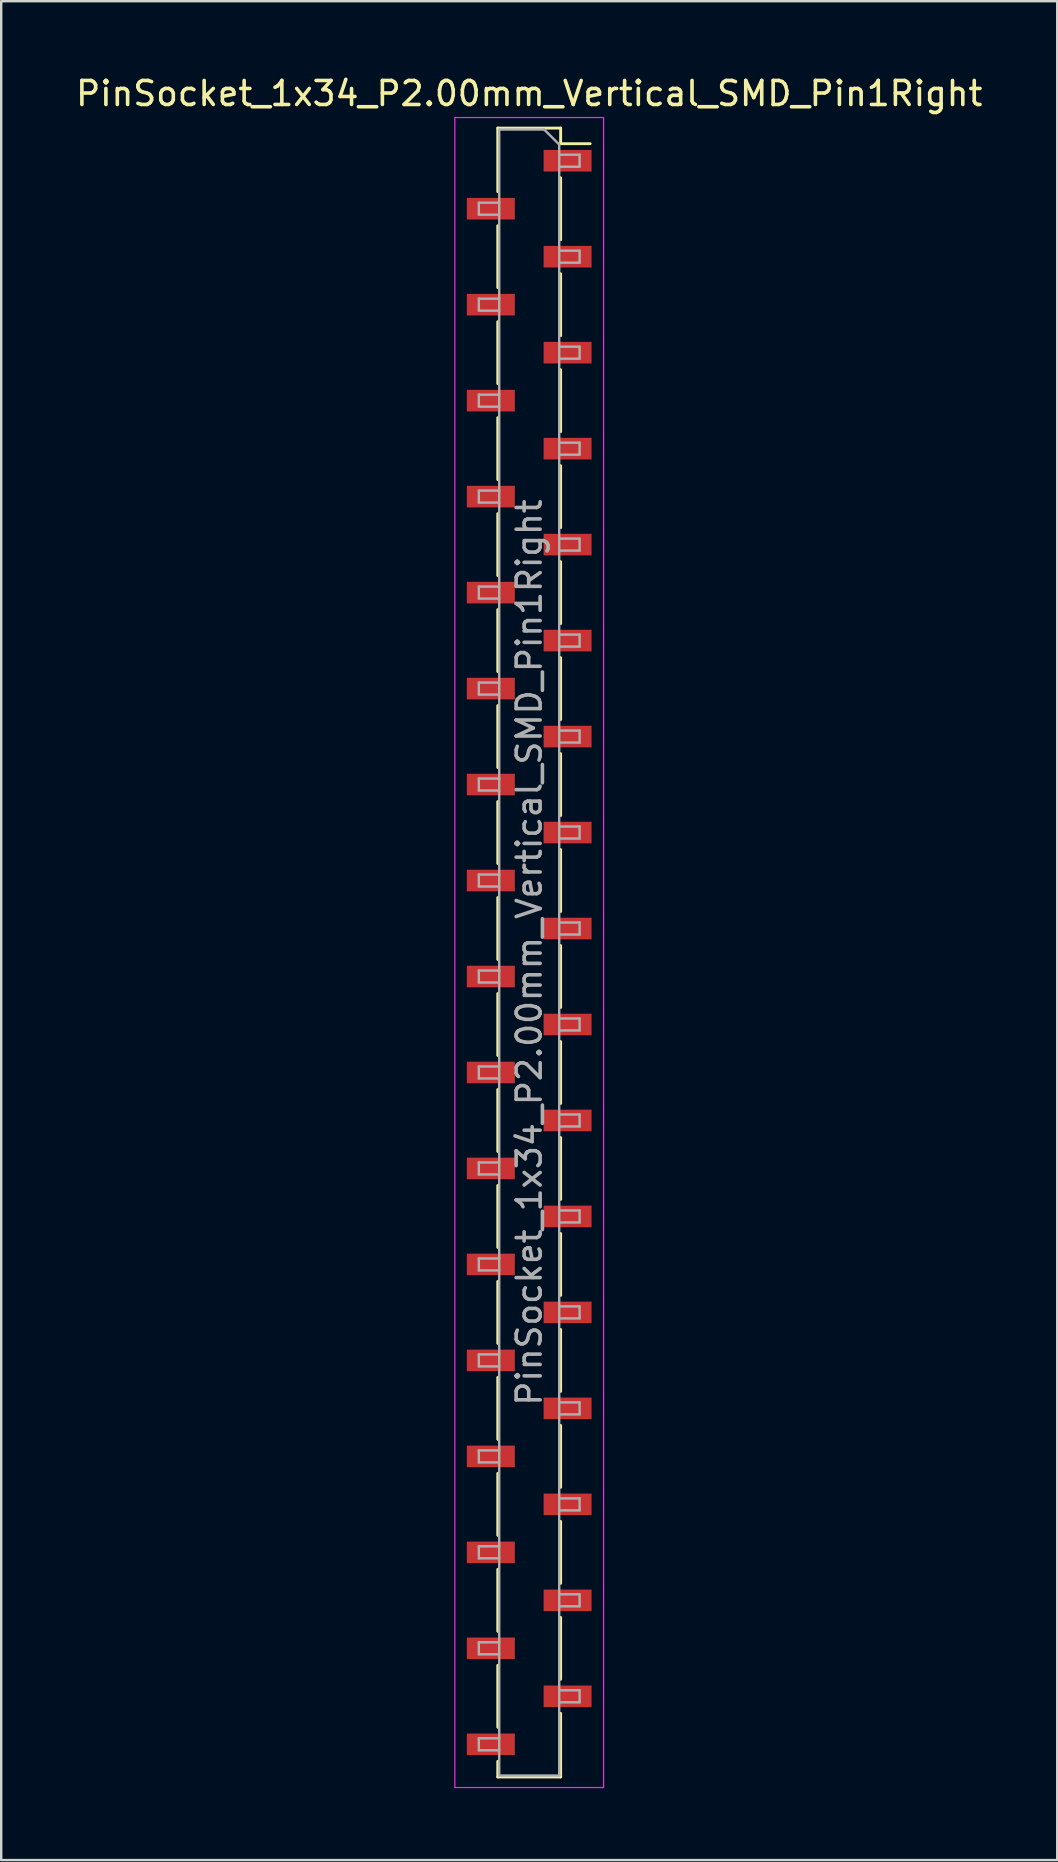
<source format=kicad_pcb>
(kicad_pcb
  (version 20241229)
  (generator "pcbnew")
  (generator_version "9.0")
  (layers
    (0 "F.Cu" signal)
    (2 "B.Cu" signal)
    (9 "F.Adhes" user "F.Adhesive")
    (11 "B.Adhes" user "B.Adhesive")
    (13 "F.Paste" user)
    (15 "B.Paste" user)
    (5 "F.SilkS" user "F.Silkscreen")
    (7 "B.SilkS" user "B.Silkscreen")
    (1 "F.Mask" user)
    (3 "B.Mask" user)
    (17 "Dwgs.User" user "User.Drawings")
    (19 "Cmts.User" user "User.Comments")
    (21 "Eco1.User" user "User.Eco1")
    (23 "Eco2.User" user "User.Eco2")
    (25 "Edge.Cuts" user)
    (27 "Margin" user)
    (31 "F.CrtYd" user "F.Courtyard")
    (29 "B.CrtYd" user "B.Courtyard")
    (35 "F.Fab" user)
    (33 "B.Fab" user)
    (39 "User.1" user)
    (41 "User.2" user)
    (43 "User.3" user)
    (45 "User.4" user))
  (footprint "PinSocket_1x34_P2.00mm_Vertical_SMD_Pin1Right"
    (layer "F.Cu")
    (at 19.006 36.648)
    (property "Reference" "PinSocket_1x34_P2.00mm_Vertical_SMD_Pin1Right" (at 0 -35.8 0) (layer "F.SilkS") (effects (font (size 1 1) (thickness 0.15))))
    (attr smd)
    (fp_line (start -1.31 -34.36) (end -1.31 -31.71) (stroke (width 0.12) (type solid)) (layer "F.SilkS"))
    (fp_line (start -1.31 -34.36) (end 1.31 -34.36) (stroke (width 0.12) (type solid)) (layer "F.SilkS"))
    (fp_line (start -1.31 -30.29) (end -1.31 -27.71) (stroke (width 0.12) (type solid)) (layer "F.SilkS"))
    (fp_line (start -1.31 -26.29) (end -1.31 -23.71) (stroke (width 0.12) (type solid)) (layer "F.SilkS"))
    (fp_line (start -1.31 -22.29) (end -1.31 -19.71) (stroke (width 0.12) (type solid)) (layer "F.SilkS"))
    (fp_line (start -1.31 -18.29) (end -1.31 -15.71) (stroke (width 0.12) (type solid)) (layer "F.SilkS"))
    (fp_line (start -1.31 -14.29) (end -1.31 -11.71) (stroke (width 0.12) (type solid)) (layer "F.SilkS"))
    (fp_line (start -1.31 -10.29) (end -1.31 -7.71) (stroke (width 0.12) (type solid)) (layer "F.SilkS"))
    (fp_line (start -1.31 -6.29) (end -1.31 -3.71) (stroke (width 0.12) (type solid)) (layer "F.SilkS"))
    (fp_line (start -1.31 -2.29) (end -1.31 0.29) (stroke (width 0.12) (type solid)) (layer "F.SilkS"))
    (fp_line (start -1.31 1.71) (end -1.31 4.29) (stroke (width 0.12) (type solid)) (layer "F.SilkS"))
    (fp_line (start -1.31 5.71) (end -1.31 8.29) (stroke (width 0.12) (type solid)) (layer "F.SilkS"))
    (fp_line (start -1.31 9.71) (end -1.31 12.29) (stroke (width 0.12) (type solid)) (layer "F.SilkS"))
    (fp_line (start -1.31 13.71) (end -1.31 16.29) (stroke (width 0.12) (type solid)) (layer "F.SilkS"))
    (fp_line (start -1.31 17.71) (end -1.31 20.29) (stroke (width 0.12) (type solid)) (layer "F.SilkS"))
    (fp_line (start -1.31 21.71) (end -1.31 24.29) (stroke (width 0.12) (type solid)) (layer "F.SilkS"))
    (fp_line (start -1.31 25.71) (end -1.31 28.29) (stroke (width 0.12) (type solid)) (layer "F.SilkS"))
    (fp_line (start -1.31 29.71) (end -1.31 32.29) (stroke (width 0.12) (type solid)) (layer "F.SilkS"))
    (fp_line (start -1.31 33.71) (end -1.31 34.36) (stroke (width 0.12) (type solid)) (layer "F.SilkS"))
    (fp_line (start -1.31 34.36) (end 1.31 34.36) (stroke (width 0.12) (type solid)) (layer "F.SilkS"))
    (fp_line (start 1.31 -34.36) (end 1.31 -33.71) (stroke (width 0.12) (type solid)) (layer "F.SilkS"))
    (fp_line (start 1.31 -33.71) (end 2.54 -33.71) (stroke (width 0.12) (type solid)) (layer "F.SilkS"))
    (fp_line (start 1.31 -32.29) (end 1.31 -29.71) (stroke (width 0.12) (type solid)) (layer "F.SilkS"))
    (fp_line (start 1.31 -28.29) (end 1.31 -25.71) (stroke (width 0.12) (type solid)) (layer "F.SilkS"))
    (fp_line (start 1.31 -24.29) (end 1.31 -21.71) (stroke (width 0.12) (type solid)) (layer "F.SilkS"))
    (fp_line (start 1.31 -20.29) (end 1.31 -17.71) (stroke (width 0.12) (type solid)) (layer "F.SilkS"))
    (fp_line (start 1.31 -16.29) (end 1.31 -13.71) (stroke (width 0.12) (type solid)) (layer "F.SilkS"))
    (fp_line (start 1.31 -12.29) (end 1.31 -9.71) (stroke (width 0.12) (type solid)) (layer "F.SilkS"))
    (fp_line (start 1.31 -8.29) (end 1.31 -5.71) (stroke (width 0.12) (type solid)) (layer "F.SilkS"))
    (fp_line (start 1.31 -4.29) (end 1.31 -1.71) (stroke (width 0.12) (type solid)) (layer "F.SilkS"))
    (fp_line (start 1.31 -0.29) (end 1.31 2.29) (stroke (width 0.12) (type solid)) (layer "F.SilkS"))
    (fp_line (start 1.31 3.71) (end 1.31 6.29) (stroke (width 0.12) (type solid)) (layer "F.SilkS"))
    (fp_line (start 1.31 7.71) (end 1.31 10.29) (stroke (width 0.12) (type solid)) (layer "F.SilkS"))
    (fp_line (start 1.31 11.71) (end 1.31 14.29) (stroke (width 0.12) (type solid)) (layer "F.SilkS"))
    (fp_line (start 1.31 15.71) (end 1.31 18.29) (stroke (width 0.12) (type solid)) (layer "F.SilkS"))
    (fp_line (start 1.31 19.71) (end 1.31 22.29) (stroke (width 0.12) (type solid)) (layer "F.SilkS"))
    (fp_line (start 1.31 23.71) (end 1.31 26.29) (stroke (width 0.12) (type solid)) (layer "F.SilkS"))
    (fp_line (start 1.31 27.71) (end 1.31 30.29) (stroke (width 0.12) (type solid)) (layer "F.SilkS"))
    (fp_line (start 1.31 31.71) (end 1.31 34.36) (stroke (width 0.12) (type solid)) (layer "F.SilkS"))
    (fp_line (start -3.1 -34.8) (end 3.1 -34.8) (stroke (width 0.05) (type solid)) (layer "F.CrtYd"))
    (fp_line (start -3.1 34.8) (end -3.1 -34.8) (stroke (width 0.05) (type solid)) (layer "F.CrtYd"))
    (fp_line (start 3.1 -34.8) (end 3.1 34.8) (stroke (width 0.05) (type solid)) (layer "F.CrtYd"))
    (fp_line (start 3.1 34.8) (end -3.1 34.8) (stroke (width 0.05) (type solid)) (layer "F.CrtYd"))
    (fp_line (start -2.1 -31.25) (end -1.25 -31.25) (stroke (width 0.1) (type solid)) (layer "F.Fab"))
    (fp_line (start -2.1 -30.75) (end -2.1 -31.25) (stroke (width 0.1) (type solid)) (layer "F.Fab"))
    (fp_line (start -2.1 -27.25) (end -1.25 -27.25) (stroke (width 0.1) (type solid)) (layer "F.Fab"))
    (fp_line (start -2.1 -26.75) (end -2.1 -27.25) (stroke (width 0.1) (type solid)) (layer "F.Fab"))
    (fp_line (start -2.1 -23.25) (end -1.25 -23.25) (stroke (width 0.1) (type solid)) (layer "F.Fab"))
    (fp_line (start -2.1 -22.75) (end -2.1 -23.25) (stroke (width 0.1) (type solid)) (layer "F.Fab"))
    (fp_line (start -2.1 -19.25) (end -1.25 -19.25) (stroke (width 0.1) (type solid)) (layer "F.Fab"))
    (fp_line (start -2.1 -18.75) (end -2.1 -19.25) (stroke (width 0.1) (type solid)) (layer "F.Fab"))
    (fp_line (start -2.1 -15.25) (end -1.25 -15.25) (stroke (width 0.1) (type solid)) (layer "F.Fab"))
    (fp_line (start -2.1 -14.75) (end -2.1 -15.25) (stroke (width 0.1) (type solid)) (layer "F.Fab"))
    (fp_line (start -2.1 -11.25) (end -1.25 -11.25) (stroke (width 0.1) (type solid)) (layer "F.Fab"))
    (fp_line (start -2.1 -10.75) (end -2.1 -11.25) (stroke (width 0.1) (type solid)) (layer "F.Fab"))
    (fp_line (start -2.1 -7.25) (end -1.25 -7.25) (stroke (width 0.1) (type solid)) (layer "F.Fab"))
    (fp_line (start -2.1 -6.75) (end -2.1 -7.25) (stroke (width 0.1) (type solid)) (layer "F.Fab"))
    (fp_line (start -2.1 -3.25) (end -1.25 -3.25) (stroke (width 0.1) (type solid)) (layer "F.Fab"))
    (fp_line (start -2.1 -2.75) (end -2.1 -3.25) (stroke (width 0.1) (type solid)) (layer "F.Fab"))
    (fp_line (start -2.1 0.75) (end -1.25 0.75) (stroke (width 0.1) (type solid)) (layer "F.Fab"))
    (fp_line (start -2.1 1.25) (end -2.1 0.75) (stroke (width 0.1) (type solid)) (layer "F.Fab"))
    (fp_line (start -2.1 4.75) (end -1.25 4.75) (stroke (width 0.1) (type solid)) (layer "F.Fab"))
    (fp_line (start -2.1 5.25) (end -2.1 4.75) (stroke (width 0.1) (type solid)) (layer "F.Fab"))
    (fp_line (start -2.1 8.75) (end -1.25 8.75) (stroke (width 0.1) (type solid)) (layer "F.Fab"))
    (fp_line (start -2.1 9.25) (end -2.1 8.75) (stroke (width 0.1) (type solid)) (layer "F.Fab"))
    (fp_line (start -2.1 12.75) (end -1.25 12.75) (stroke (width 0.1) (type solid)) (layer "F.Fab"))
    (fp_line (start -2.1 13.25) (end -2.1 12.75) (stroke (width 0.1) (type solid)) (layer "F.Fab"))
    (fp_line (start -2.1 16.75) (end -1.25 16.75) (stroke (width 0.1) (type solid)) (layer "F.Fab"))
    (fp_line (start -2.1 17.25) (end -2.1 16.75) (stroke (width 0.1) (type solid)) (layer "F.Fab"))
    (fp_line (start -2.1 20.75) (end -1.25 20.75) (stroke (width 0.1) (type solid)) (layer "F.Fab"))
    (fp_line (start -2.1 21.25) (end -2.1 20.75) (stroke (width 0.1) (type solid)) (layer "F.Fab"))
    (fp_line (start -2.1 24.75) (end -1.25 24.75) (stroke (width 0.1) (type solid)) (layer "F.Fab"))
    (fp_line (start -2.1 25.25) (end -2.1 24.75) (stroke (width 0.1) (type solid)) (layer "F.Fab"))
    (fp_line (start -2.1 28.75) (end -1.25 28.75) (stroke (width 0.1) (type solid)) (layer "F.Fab"))
    (fp_line (start -2.1 29.25) (end -2.1 28.75) (stroke (width 0.1) (type solid)) (layer "F.Fab"))
    (fp_line (start -2.1 32.75) (end -1.25 32.75) (stroke (width 0.1) (type solid)) (layer "F.Fab"))
    (fp_line (start -2.1 33.25) (end -2.1 32.75) (stroke (width 0.1) (type solid)) (layer "F.Fab"))
    (fp_line (start -1.25 -34.3) (end 0.625 -34.3) (stroke (width 0.1) (type solid)) (layer "F.Fab"))
    (fp_line (start -1.25 -30.75) (end -2.1 -30.75) (stroke (width 0.1) (type solid)) (layer "F.Fab"))
    (fp_line (start -1.25 -26.75) (end -2.1 -26.75) (stroke (width 0.1) (type solid)) (layer "F.Fab"))
    (fp_line (start -1.25 -22.75) (end -2.1 -22.75) (stroke (width 0.1) (type solid)) (layer "F.Fab"))
    (fp_line (start -1.25 -18.75) (end -2.1 -18.75) (stroke (width 0.1) (type solid)) (layer "F.Fab"))
    (fp_line (start -1.25 -14.75) (end -2.1 -14.75) (stroke (width 0.1) (type solid)) (layer "F.Fab"))
    (fp_line (start -1.25 -10.75) (end -2.1 -10.75) (stroke (width 0.1) (type solid)) (layer "F.Fab"))
    (fp_line (start -1.25 -6.75) (end -2.1 -6.75) (stroke (width 0.1) (type solid)) (layer "F.Fab"))
    (fp_line (start -1.25 -2.75) (end -2.1 -2.75) (stroke (width 0.1) (type solid)) (layer "F.Fab"))
    (fp_line (start -1.25 1.25) (end -2.1 1.25) (stroke (width 0.1) (type solid)) (layer "F.Fab"))
    (fp_line (start -1.25 5.25) (end -2.1 5.25) (stroke (width 0.1) (type solid)) (layer "F.Fab"))
    (fp_line (start -1.25 9.25) (end -2.1 9.25) (stroke (width 0.1) (type solid)) (layer "F.Fab"))
    (fp_line (start -1.25 13.25) (end -2.1 13.25) (stroke (width 0.1) (type solid)) (layer "F.Fab"))
    (fp_line (start -1.25 17.25) (end -2.1 17.25) (stroke (width 0.1) (type solid)) (layer "F.Fab"))
    (fp_line (start -1.25 21.25) (end -2.1 21.25) (stroke (width 0.1) (type solid)) (layer "F.Fab"))
    (fp_line (start -1.25 25.25) (end -2.1 25.25) (stroke (width 0.1) (type solid)) (layer "F.Fab"))
    (fp_line (start -1.25 29.25) (end -2.1 29.25) (stroke (width 0.1) (type solid)) (layer "F.Fab"))
    (fp_line (start -1.25 33.25) (end -2.1 33.25) (stroke (width 0.1) (type solid)) (layer "F.Fab"))
    (fp_line (start -1.25 34.3) (end -1.25 -34.3) (stroke (width 0.1) (type solid)) (layer "F.Fab"))
    (fp_line (start 0.625 -34.3) (end 1.25 -33.675) (stroke (width 0.1) (type solid)) (layer "F.Fab"))
    (fp_line (start 1.25 -33.675) (end 1.25 34.3) (stroke (width 0.1) (type solid)) (layer "F.Fab"))
    (fp_line (start 1.25 -33.25) (end 2.1 -33.25) (stroke (width 0.1) (type solid)) (layer "F.Fab"))
    (fp_line (start 1.25 -29.25) (end 2.1 -29.25) (stroke (width 0.1) (type solid)) (layer "F.Fab"))
    (fp_line (start 1.25 -25.25) (end 2.1 -25.25) (stroke (width 0.1) (type solid)) (layer "F.Fab"))
    (fp_line (start 1.25 -21.25) (end 2.1 -21.25) (stroke (width 0.1) (type solid)) (layer "F.Fab"))
    (fp_line (start 1.25 -17.25) (end 2.1 -17.25) (stroke (width 0.1) (type solid)) (layer "F.Fab"))
    (fp_line (start 1.25 -13.25) (end 2.1 -13.25) (stroke (width 0.1) (type solid)) (layer "F.Fab"))
    (fp_line (start 1.25 -9.25) (end 2.1 -9.25) (stroke (width 0.1) (type solid)) (layer "F.Fab"))
    (fp_line (start 1.25 -5.25) (end 2.1 -5.25) (stroke (width 0.1) (type solid)) (layer "F.Fab"))
    (fp_line (start 1.25 -1.25) (end 2.1 -1.25) (stroke (width 0.1) (type solid)) (layer "F.Fab"))
    (fp_line (start 1.25 2.75) (end 2.1 2.75) (stroke (width 0.1) (type solid)) (layer "F.Fab"))
    (fp_line (start 1.25 6.75) (end 2.1 6.75) (stroke (width 0.1) (type solid)) (layer "F.Fab"))
    (fp_line (start 1.25 10.75) (end 2.1 10.75) (stroke (width 0.1) (type solid)) (layer "F.Fab"))
    (fp_line (start 1.25 14.75) (end 2.1 14.75) (stroke (width 0.1) (type solid)) (layer "F.Fab"))
    (fp_line (start 1.25 18.75) (end 2.1 18.75) (stroke (width 0.1) (type solid)) (layer "F.Fab"))
    (fp_line (start 1.25 22.75) (end 2.1 22.75) (stroke (width 0.1) (type solid)) (layer "F.Fab"))
    (fp_line (start 1.25 26.75) (end 2.1 26.75) (stroke (width 0.1) (type solid)) (layer "F.Fab"))
    (fp_line (start 1.25 30.75) (end 2.1 30.75) (stroke (width 0.1) (type solid)) (layer "F.Fab"))
    (fp_line (start 1.25 34.3) (end -1.25 34.3) (stroke (width 0.1) (type solid)) (layer "F.Fab"))
    (fp_line (start 2.1 -33.25) (end 2.1 -32.75) (stroke (width 0.1) (type solid)) (layer "F.Fab"))
    (fp_line (start 2.1 -32.75) (end 1.25 -32.75) (stroke (width 0.1) (type solid)) (layer "F.Fab"))
    (fp_line (start 2.1 -29.25) (end 2.1 -28.75) (stroke (width 0.1) (type solid)) (layer "F.Fab"))
    (fp_line (start 2.1 -28.75) (end 1.25 -28.75) (stroke (width 0.1) (type solid)) (layer "F.Fab"))
    (fp_line (start 2.1 -25.25) (end 2.1 -24.75) (stroke (width 0.1) (type solid)) (layer "F.Fab"))
    (fp_line (start 2.1 -24.75) (end 1.25 -24.75) (stroke (width 0.1) (type solid)) (layer "F.Fab"))
    (fp_line (start 2.1 -21.25) (end 2.1 -20.75) (stroke (width 0.1) (type solid)) (layer "F.Fab"))
    (fp_line (start 2.1 -20.75) (end 1.25 -20.75) (stroke (width 0.1) (type solid)) (layer "F.Fab"))
    (fp_line (start 2.1 -17.25) (end 2.1 -16.75) (stroke (width 0.1) (type solid)) (layer "F.Fab"))
    (fp_line (start 2.1 -16.75) (end 1.25 -16.75) (stroke (width 0.1) (type solid)) (layer "F.Fab"))
    (fp_line (start 2.1 -13.25) (end 2.1 -12.75) (stroke (width 0.1) (type solid)) (layer "F.Fab"))
    (fp_line (start 2.1 -12.75) (end 1.25 -12.75) (stroke (width 0.1) (type solid)) (layer "F.Fab"))
    (fp_line (start 2.1 -9.25) (end 2.1 -8.75) (stroke (width 0.1) (type solid)) (layer "F.Fab"))
    (fp_line (start 2.1 -8.75) (end 1.25 -8.75) (stroke (width 0.1) (type solid)) (layer "F.Fab"))
    (fp_line (start 2.1 -5.25) (end 2.1 -4.75) (stroke (width 0.1) (type solid)) (layer "F.Fab"))
    (fp_line (start 2.1 -4.75) (end 1.25 -4.75) (stroke (width 0.1) (type solid)) (layer "F.Fab"))
    (fp_line (start 2.1 -1.25) (end 2.1 -0.75) (stroke (width 0.1) (type solid)) (layer "F.Fab"))
    (fp_line (start 2.1 -0.75) (end 1.25 -0.75) (stroke (width 0.1) (type solid)) (layer "F.Fab"))
    (fp_line (start 2.1 2.75) (end 2.1 3.25) (stroke (width 0.1) (type solid)) (layer "F.Fab"))
    (fp_line (start 2.1 3.25) (end 1.25 3.25) (stroke (width 0.1) (type solid)) (layer "F.Fab"))
    (fp_line (start 2.1 6.75) (end 2.1 7.25) (stroke (width 0.1) (type solid)) (layer "F.Fab"))
    (fp_line (start 2.1 7.25) (end 1.25 7.25) (stroke (width 0.1) (type solid)) (layer "F.Fab"))
    (fp_line (start 2.1 10.75) (end 2.1 11.25) (stroke (width 0.1) (type solid)) (layer "F.Fab"))
    (fp_line (start 2.1 11.25) (end 1.25 11.25) (stroke (width 0.1) (type solid)) (layer "F.Fab"))
    (fp_line (start 2.1 14.75) (end 2.1 15.25) (stroke (width 0.1) (type solid)) (layer "F.Fab"))
    (fp_line (start 2.1 15.25) (end 1.25 15.25) (stroke (width 0.1) (type solid)) (layer "F.Fab"))
    (fp_line (start 2.1 18.75) (end 2.1 19.25) (stroke (width 0.1) (type solid)) (layer "F.Fab"))
    (fp_line (start 2.1 19.25) (end 1.25 19.25) (stroke (width 0.1) (type solid)) (layer "F.Fab"))
    (fp_line (start 2.1 22.75) (end 2.1 23.25) (stroke (width 0.1) (type solid)) (layer "F.Fab"))
    (fp_line (start 2.1 23.25) (end 1.25 23.25) (stroke (width 0.1) (type solid)) (layer "F.Fab"))
    (fp_line (start 2.1 26.75) (end 2.1 27.25) (stroke (width 0.1) (type solid)) (layer "F.Fab"))
    (fp_line (start 2.1 27.25) (end 1.25 27.25) (stroke (width 0.1) (type solid)) (layer "F.Fab"))
    (fp_line (start 2.1 30.75) (end 2.1 31.25) (stroke (width 0.1) (type solid)) (layer "F.Fab"))
    (fp_line (start 2.1 31.25) (end 1.25 31.25) (stroke (width 0.1) (type solid)) (layer "F.Fab"))
    (fp_text user "${REFERENCE}" (at 0 0 90) (layer "F.Fab") (effects (font (size 1 1) (thickness 0.15))))
    (pad "1" smd rect (at 1.6 -33) (size 2 0.9) (layers "F.Cu" "F.Mask" "F.Paste"))
    (pad "2" smd rect (at -1.6 -31) (size 2 0.9) (layers "F.Cu" "F.Mask" "F.Paste"))
    (pad "3" smd rect (at 1.6 -29) (size 2 0.9) (layers "F.Cu" "F.Mask" "F.Paste"))
    (pad "4" smd rect (at -1.6 -27) (size 2 0.9) (layers "F.Cu" "F.Mask" "F.Paste"))
    (pad "5" smd rect (at 1.6 -25) (size 2 0.9) (layers "F.Cu" "F.Mask" "F.Paste"))
    (pad "6" smd rect (at -1.6 -23) (size 2 0.9) (layers "F.Cu" "F.Mask" "F.Paste"))
    (pad "7" smd rect (at 1.6 -21) (size 2 0.9) (layers "F.Cu" "F.Mask" "F.Paste"))
    (pad "8" smd rect (at -1.6 -19) (size 2 0.9) (layers "F.Cu" "F.Mask" "F.Paste"))
    (pad "9" smd rect (at 1.6 -17) (size 2 0.9) (layers "F.Cu" "F.Mask" "F.Paste"))
    (pad "10" smd rect (at -1.6 -15) (size 2 0.9) (layers "F.Cu" "F.Mask" "F.Paste"))
    (pad "11" smd rect (at 1.6 -13) (size 2 0.9) (layers "F.Cu" "F.Mask" "F.Paste"))
    (pad "12" smd rect (at -1.6 -11) (size 2 0.9) (layers "F.Cu" "F.Mask" "F.Paste"))
    (pad "13" smd rect (at 1.6 -9) (size 2 0.9) (layers "F.Cu" "F.Mask" "F.Paste"))
    (pad "14" smd rect (at -1.6 -7) (size 2 0.9) (layers "F.Cu" "F.Mask" "F.Paste"))
    (pad "15" smd rect (at 1.6 -5) (size 2 0.9) (layers "F.Cu" "F.Mask" "F.Paste"))
    (pad "16" smd rect (at -1.6 -3) (size 2 0.9) (layers "F.Cu" "F.Mask" "F.Paste"))
    (pad "17" smd rect (at 1.6 -1) (size 2 0.9) (layers "F.Cu" "F.Mask" "F.Paste"))
    (pad "18" smd rect (at -1.6 1) (size 2 0.9) (layers "F.Cu" "F.Mask" "F.Paste"))
    (pad "19" smd rect (at 1.6 3) (size 2 0.9) (layers "F.Cu" "F.Mask" "F.Paste"))
    (pad "20" smd rect (at -1.6 5) (size 2 0.9) (layers "F.Cu" "F.Mask" "F.Paste"))
    (pad "21" smd rect (at 1.6 7) (size 2 0.9) (layers "F.Cu" "F.Mask" "F.Paste"))
    (pad "22" smd rect (at -1.6 9) (size 2 0.9) (layers "F.Cu" "F.Mask" "F.Paste"))
    (pad "23" smd rect (at 1.6 11) (size 2 0.9) (layers "F.Cu" "F.Mask" "F.Paste"))
    (pad "24" smd rect (at -1.6 13) (size 2 0.9) (layers "F.Cu" "F.Mask" "F.Paste"))
    (pad "25" smd rect (at 1.6 15) (size 2 0.9) (layers "F.Cu" "F.Mask" "F.Paste"))
    (pad "26" smd rect (at -1.6 17) (size 2 0.9) (layers "F.Cu" "F.Mask" "F.Paste"))
    (pad "27" smd rect (at 1.6 19) (size 2 0.9) (layers "F.Cu" "F.Mask" "F.Paste"))
    (pad "28" smd rect (at -1.6 21) (size 2 0.9) (layers "F.Cu" "F.Mask" "F.Paste"))
    (pad "29" smd rect (at 1.6 23) (size 2 0.9) (layers "F.Cu" "F.Mask" "F.Paste"))
    (pad "30" smd rect (at -1.6 25) (size 2 0.9) (layers "F.Cu" "F.Mask" "F.Paste"))
    (pad "31" smd rect (at 1.6 27) (size 2 0.9) (layers "F.Cu" "F.Mask" "F.Paste"))
    (pad "32" smd rect (at -1.6 29) (size 2 0.9) (layers "F.Cu" "F.Mask" "F.Paste"))
    (pad "33" smd rect (at 1.6 31) (size 2 0.9) (layers "F.Cu" "F.Mask" "F.Paste"))
    (pad "34" smd rect (at -1.6 33) (size 2 0.9) (layers "F.Cu" "F.Mask" "F.Paste")))
  (gr_rect
    (start -3 -3)
    (end 41.012 74.473)
    (stroke (width 0.1) (type default))
    (fill no)
    (layer "Edge.Cuts")))
</source>
